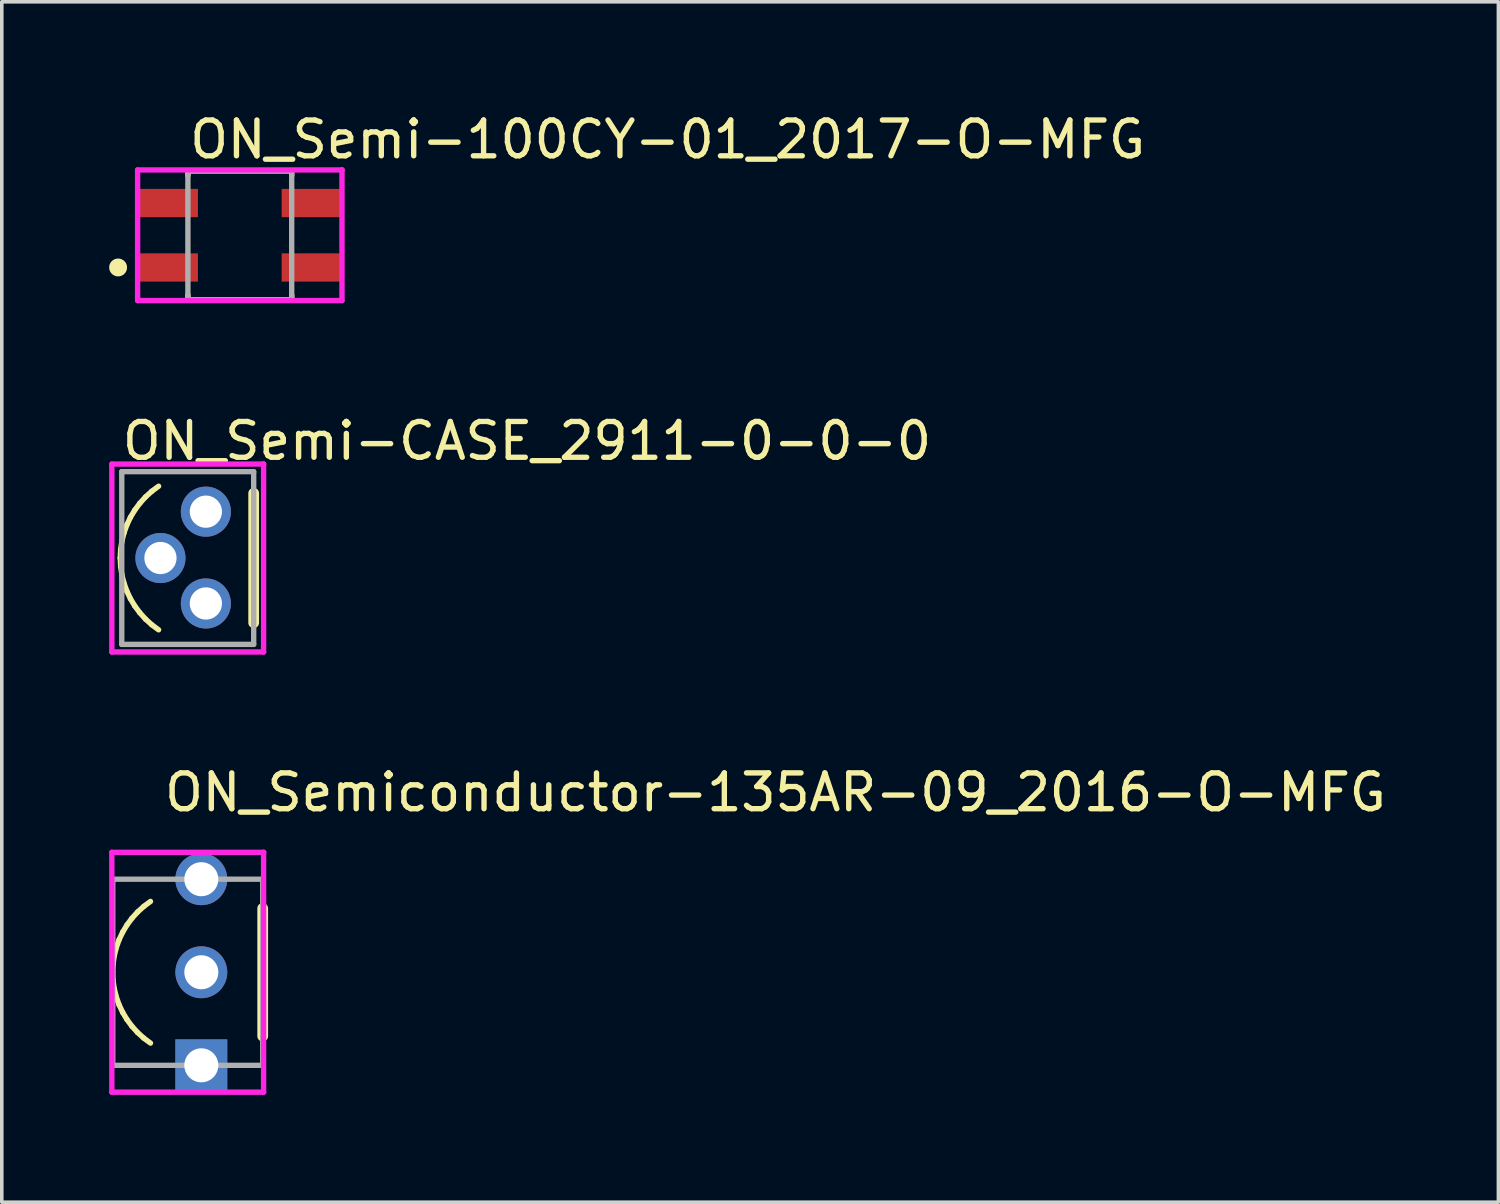
<source format=kicad_pcb>
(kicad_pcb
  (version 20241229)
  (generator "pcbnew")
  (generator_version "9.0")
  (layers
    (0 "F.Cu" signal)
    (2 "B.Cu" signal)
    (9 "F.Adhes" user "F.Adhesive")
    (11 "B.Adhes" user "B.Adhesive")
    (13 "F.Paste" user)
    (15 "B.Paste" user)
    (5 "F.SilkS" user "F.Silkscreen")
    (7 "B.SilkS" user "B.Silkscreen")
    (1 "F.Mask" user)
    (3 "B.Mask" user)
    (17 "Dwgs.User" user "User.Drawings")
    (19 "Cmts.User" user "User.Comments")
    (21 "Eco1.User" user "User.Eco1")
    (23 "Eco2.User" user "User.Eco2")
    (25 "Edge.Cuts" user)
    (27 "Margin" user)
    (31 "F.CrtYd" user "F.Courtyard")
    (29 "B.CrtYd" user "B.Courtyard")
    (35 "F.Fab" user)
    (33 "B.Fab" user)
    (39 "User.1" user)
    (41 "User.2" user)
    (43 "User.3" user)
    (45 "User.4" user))
  (footprint "ON_Semi-CASE_2911-0-0-0"
    (layer "F.Cu")
    (at 2.195 12.541)
    (property "Reference" "ON_Semi-CASE_2911-0-0-0" (at -1.905 -3.27 0) (layer "F.SilkS") (effects (font (size 1 1) (thickness 0.15)) (justify left)))
    (attr through_hole)
    (fp_line (start -1.886 0) (end -1.874 -0.236) (stroke (width 0.15) (type solid)) (layer "F.SilkS"))
    (fp_line (start -1.874 -0.236) (end -1.84 -0.471) (stroke (width 0.15) (type solid)) (layer "F.SilkS"))
    (fp_line (start -1.874 0.236) (end -1.886 0) (stroke (width 0.15) (type solid)) (layer "F.SilkS"))
    (fp_line (start -1.84 -0.471) (end -1.782 -0.7) (stroke (width 0.15) (type solid)) (layer "F.SilkS"))
    (fp_line (start -1.84 0.471) (end -1.874 0.236) (stroke (width 0.15) (type solid)) (layer "F.SilkS"))
    (fp_line (start -1.782 -0.7) (end -1.702 -0.923) (stroke (width 0.15) (type solid)) (layer "F.SilkS"))
    (fp_line (start -1.782 0.7) (end -1.84 0.471) (stroke (width 0.15) (type solid)) (layer "F.SilkS"))
    (fp_line (start -1.702 -0.923) (end -1.601 -1.137) (stroke (width 0.15) (type solid)) (layer "F.SilkS"))
    (fp_line (start -1.702 0.923) (end -1.782 0.7) (stroke (width 0.15) (type solid)) (layer "F.SilkS"))
    (fp_line (start -1.601 -1.137) (end -1.479 -1.34) (stroke (width 0.15) (type solid)) (layer "F.SilkS"))
    (fp_line (start -1.601 1.137) (end -1.702 0.923) (stroke (width 0.15) (type solid)) (layer "F.SilkS"))
    (fp_line (start -1.479 -1.34) (end -1.338 -1.53) (stroke (width 0.15) (type solid)) (layer "F.SilkS"))
    (fp_line (start -1.479 1.34) (end -1.601 1.137) (stroke (width 0.15) (type solid)) (layer "F.SilkS"))
    (fp_line (start -1.338 -1.53) (end -1.179 -1.706) (stroke (width 0.15) (type solid)) (layer "F.SilkS"))
    (fp_line (start -1.338 1.53) (end -1.479 1.34) (stroke (width 0.15) (type solid)) (layer "F.SilkS"))
    (fp_line (start -1.179 -1.706) (end -1.004 -1.865) (stroke (width 0.15) (type solid)) (layer "F.SilkS"))
    (fp_line (start -1.179 1.706) (end -1.338 1.53) (stroke (width 0.15) (type solid)) (layer "F.SilkS"))
    (fp_line (start -1.004 -1.865) (end -0.814 -2.006) (stroke (width 0.15) (type solid)) (layer "F.SilkS"))
    (fp_line (start -1.004 1.865) (end -1.179 1.706) (stroke (width 0.15) (type solid)) (layer "F.SilkS"))
    (fp_line (start -0.814 2.006) (end -1.004 1.865) (stroke (width 0.15) (type solid)) (layer "F.SilkS"))
    (fp_line (start 1.843 1.809) (end 1.843 -1.809) (stroke (width 0.3) (type solid)) (layer "F.SilkS"))
    (fp_line (start -2.12 -2.625) (end -2.12 2.625) (stroke (width 0.15) (type solid)) (layer "F.CrtYd"))
    (fp_line (start -2.12 2.625) (end 2.12 2.625) (stroke (width 0.15) (type solid)) (layer "F.CrtYd"))
    (fp_line (start 2.12 -2.625) (end -2.12 -2.625) (stroke (width 0.15) (type solid)) (layer "F.CrtYd"))
    (fp_line (start 2.12 -2.625) (end 2.12 -2.625) (stroke (width 0.15) (type solid)) (layer "F.CrtYd"))
    (fp_line (start 2.12 2.625) (end 2.12 -2.625) (stroke (width 0.15) (type solid)) (layer "F.CrtYd"))
    (fp_line (start -1.843 -2.413) (end 1.843 -2.413) (stroke (width 0.15) (type solid)) (layer "F.Fab"))
    (fp_line (start -1.843 2.413) (end -1.843 -2.413) (stroke (width 0.15) (type solid)) (layer "F.Fab"))
    (fp_line (start 1.843 -2.413) (end 1.843 2.413) (stroke (width 0.15) (type solid)) (layer "F.Fab"))
    (fp_line (start 1.843 2.413) (end -1.843 2.413) (stroke (width 0.15) (type solid)) (layer "F.Fab"))
    (pad "1" thru_hole circle (at 0.507 1.27) (size 1.4 1.4) (drill 0.9) (layers "*.Cu"))
    (pad "2" thru_hole circle (at -0.762 0) (size 1.4 1.4) (drill 0.9) (layers "*.Cu"))
    (pad "3" thru_hole circle (at 0.507 -1.295) (size 1.4 1.4) (drill 0.9) (layers "*.Cu")))
  (footprint "ON_Semi-100CY-01_2017-O-MFG"
    (layer "F.Cu")
    (at 3.65 3.523)
    (property "Reference" "ON_Semi-100CY-01_2017-O-MFG" (at -1.478 -2.675 0) (layer "F.SilkS") (effects (font (size 1 1) (thickness 0.15)) (justify left)))
    (attr through_hole)
    (fp_line (start -1.45 -1.8) (end 1.45 -1.8) (stroke (width 0.15) (type solid)) (layer "F.SilkS"))
    (fp_line (start -1.45 -1.67) (end -1.45 -1.8) (stroke (width 0.15) (type solid)) (layer "F.SilkS"))
    (fp_line (start -1.45 1.8) (end -1.45 1.67) (stroke (width 0.15) (type solid)) (layer "F.SilkS"))
    (fp_line (start -1.45 1.8) (end 1.45 1.8) (stroke (width 0.15) (type solid)) (layer "F.SilkS"))
    (fp_line (start 1.45 -1.67) (end 1.45 -1.8) (stroke (width 0.15) (type solid)) (layer "F.SilkS"))
    (fp_line (start 1.45 1.8) (end 1.45 1.67) (stroke (width 0.15) (type solid)) (layer "F.SilkS"))
    (fp_circle (center -3.4 0.9) (end -3.275 0.9) (stroke (width 0.25) (type solid)) (fill no) (layer "F.SilkS"))
    (fp_line (start -2.855 -1.825) (end -2.855 1.825) (stroke (width 0.15) (type solid)) (layer "F.CrtYd"))
    (fp_line (start -2.855 1.825) (end 2.855 1.825) (stroke (width 0.15) (type solid)) (layer "F.CrtYd"))
    (fp_line (start 2.855 -1.825) (end -2.855 -1.825) (stroke (width 0.15) (type solid)) (layer "F.CrtYd"))
    (fp_line (start 2.855 -1.825) (end 2.855 -1.825) (stroke (width 0.15) (type solid)) (layer "F.CrtYd"))
    (fp_line (start 2.855 1.825) (end 2.855 -1.825) (stroke (width 0.15) (type solid)) (layer "F.CrtYd"))
    (fp_line (start -1.45 -1.8) (end 1.45 -1.8) (stroke (width 0.15) (type solid)) (layer "F.Fab"))
    (fp_line (start -1.45 1.8) (end -1.45 -1.8) (stroke (width 0.15) (type solid)) (layer "F.Fab"))
    (fp_line (start 1.45 -1.8) (end 1.45 1.8) (stroke (width 0.15) (type solid)) (layer "F.Fab"))
    (fp_line (start 1.45 1.8) (end -1.45 1.8) (stroke (width 0.15) (type solid)) (layer "F.Fab"))
    (pad "1" smd rect (at -2 0.9) (size 1.66 0.79) (layers "F.Cu" "F.Mask" "F.Paste"))
    (pad "2" smd rect (at 2 0.9) (size 1.66 0.79) (layers "F.Cu" "F.Mask" "F.Paste"))
    (pad "3" smd rect (at 2 -0.9) (size 1.66 0.79) (layers "F.Cu" "F.Mask" "F.Paste"))
    (pad "4" smd rect (at -2 -0.9) (size 1.66 0.79) (layers "F.Cu" "F.Mask" "F.Paste")))
  (footprint "ON_Semiconductor-135AR-09_2016-O-MFG"
    (layer "F.Cu")
    (at 2.195 24.115)
    (property "Reference" "ON_Semiconductor-135AR-09_2016-O-MFG" (at -0.725 -5.025 0) (layer "F.SilkS") (effects (font (size 1 1) (thickness 0.15)) (justify left)))
    (attr through_hole)
    (fp_line (start -2.098 0) (end -2.086 -0.233) (stroke (width 0.15) (type solid)) (layer "F.SilkS"))
    (fp_line (start -2.086 -0.233) (end -2.052 -0.464) (stroke (width 0.15) (type solid)) (layer "F.SilkS"))
    (fp_line (start -2.086 0.233) (end -2.098 0) (stroke (width 0.15) (type solid)) (layer "F.SilkS"))
    (fp_line (start -2.052 -0.464) (end -1.995 -0.691) (stroke (width 0.15) (type solid)) (layer "F.SilkS"))
    (fp_line (start -2.052 0.464) (end -2.086 0.233) (stroke (width 0.15) (type solid)) (layer "F.SilkS"))
    (fp_line (start -1.995 -0.691) (end -1.917 -0.911) (stroke (width 0.15) (type solid)) (layer "F.SilkS"))
    (fp_line (start -1.995 0.691) (end -2.052 0.464) (stroke (width 0.15) (type solid)) (layer "F.SilkS"))
    (fp_line (start -1.917 -0.911) (end -1.817 -1.122) (stroke (width 0.15) (type solid)) (layer "F.SilkS"))
    (fp_line (start -1.917 0.911) (end -1.995 0.691) (stroke (width 0.15) (type solid)) (layer "F.SilkS"))
    (fp_line (start -1.817 -1.122) (end -1.697 -1.322) (stroke (width 0.15) (type solid)) (layer "F.SilkS"))
    (fp_line (start -1.817 1.122) (end -1.917 0.911) (stroke (width 0.15) (type solid)) (layer "F.SilkS"))
    (fp_line (start -1.697 -1.322) (end -1.558 -1.51) (stroke (width 0.15) (type solid)) (layer "F.SilkS"))
    (fp_line (start -1.697 1.322) (end -1.817 1.122) (stroke (width 0.15) (type solid)) (layer "F.SilkS"))
    (fp_line (start -1.558 -1.51) (end -1.401 -1.683) (stroke (width 0.15) (type solid)) (layer "F.SilkS"))
    (fp_line (start -1.558 1.51) (end -1.697 1.322) (stroke (width 0.15) (type solid)) (layer "F.SilkS"))
    (fp_line (start -1.401 -1.683) (end -1.228 -1.84) (stroke (width 0.15) (type solid)) (layer "F.SilkS"))
    (fp_line (start -1.401 1.683) (end -1.558 1.51) (stroke (width 0.15) (type solid)) (layer "F.SilkS"))
    (fp_line (start -1.228 -1.84) (end -1.04 -1.979) (stroke (width 0.15) (type solid)) (layer "F.SilkS"))
    (fp_line (start -1.228 1.84) (end -1.401 1.683) (stroke (width 0.15) (type solid)) (layer "F.SilkS"))
    (fp_line (start -1.04 1.979) (end -1.228 1.84) (stroke (width 0.15) (type solid)) (layer "F.SilkS"))
    (fp_line (start 2.095 1.785) (end 2.095 -1.785) (stroke (width 0.3) (type solid)) (layer "F.SilkS"))
    (fp_line (start -2.12 -3.35) (end -2.12 3.35) (stroke (width 0.15) (type solid)) (layer "F.CrtYd"))
    (fp_line (start -2.12 3.35) (end 2.12 3.35) (stroke (width 0.15) (type solid)) (layer "F.CrtYd"))
    (fp_line (start 2.12 -3.35) (end -2.12 -3.35) (stroke (width 0.15) (type solid)) (layer "F.CrtYd"))
    (fp_line (start 2.12 -3.35) (end 2.12 -3.35) (stroke (width 0.15) (type solid)) (layer "F.CrtYd"))
    (fp_line (start 2.12 3.35) (end 2.12 -3.35) (stroke (width 0.15) (type solid)) (layer "F.CrtYd"))
    (fp_line (start -2.095 -2.6) (end 2.095 -2.6) (stroke (width 0.15) (type solid)) (layer "F.Fab"))
    (fp_line (start -2.095 2.6) (end -2.095 -2.6) (stroke (width 0.15) (type solid)) (layer "F.Fab"))
    (fp_line (start 2.095 -2.6) (end 2.095 2.6) (stroke (width 0.15) (type solid)) (layer "F.Fab"))
    (fp_line (start 2.095 2.6) (end -2.095 2.6) (stroke (width 0.15) (type solid)) (layer "F.Fab"))
    (pad "1" thru_hole rect (at 0.38 2.6) (size 1.45 1.45) (drill 0.95) (layers "*.Cu"))
    (pad "2" thru_hole circle (at 0.38 0) (size 1.45 1.45) (drill 0.95) (layers "*.Cu"))
    (pad "3" thru_hole circle (at 0.38 -2.6) (size 1.45 1.45) (drill 0.95) (layers "*.Cu")))
  (gr_rect
    (start -3 -3)
    (end 38.815 30.54)
    (stroke (width 0.1) (type default))
    (fill no)
    (layer "Edge.Cuts")))
</source>
